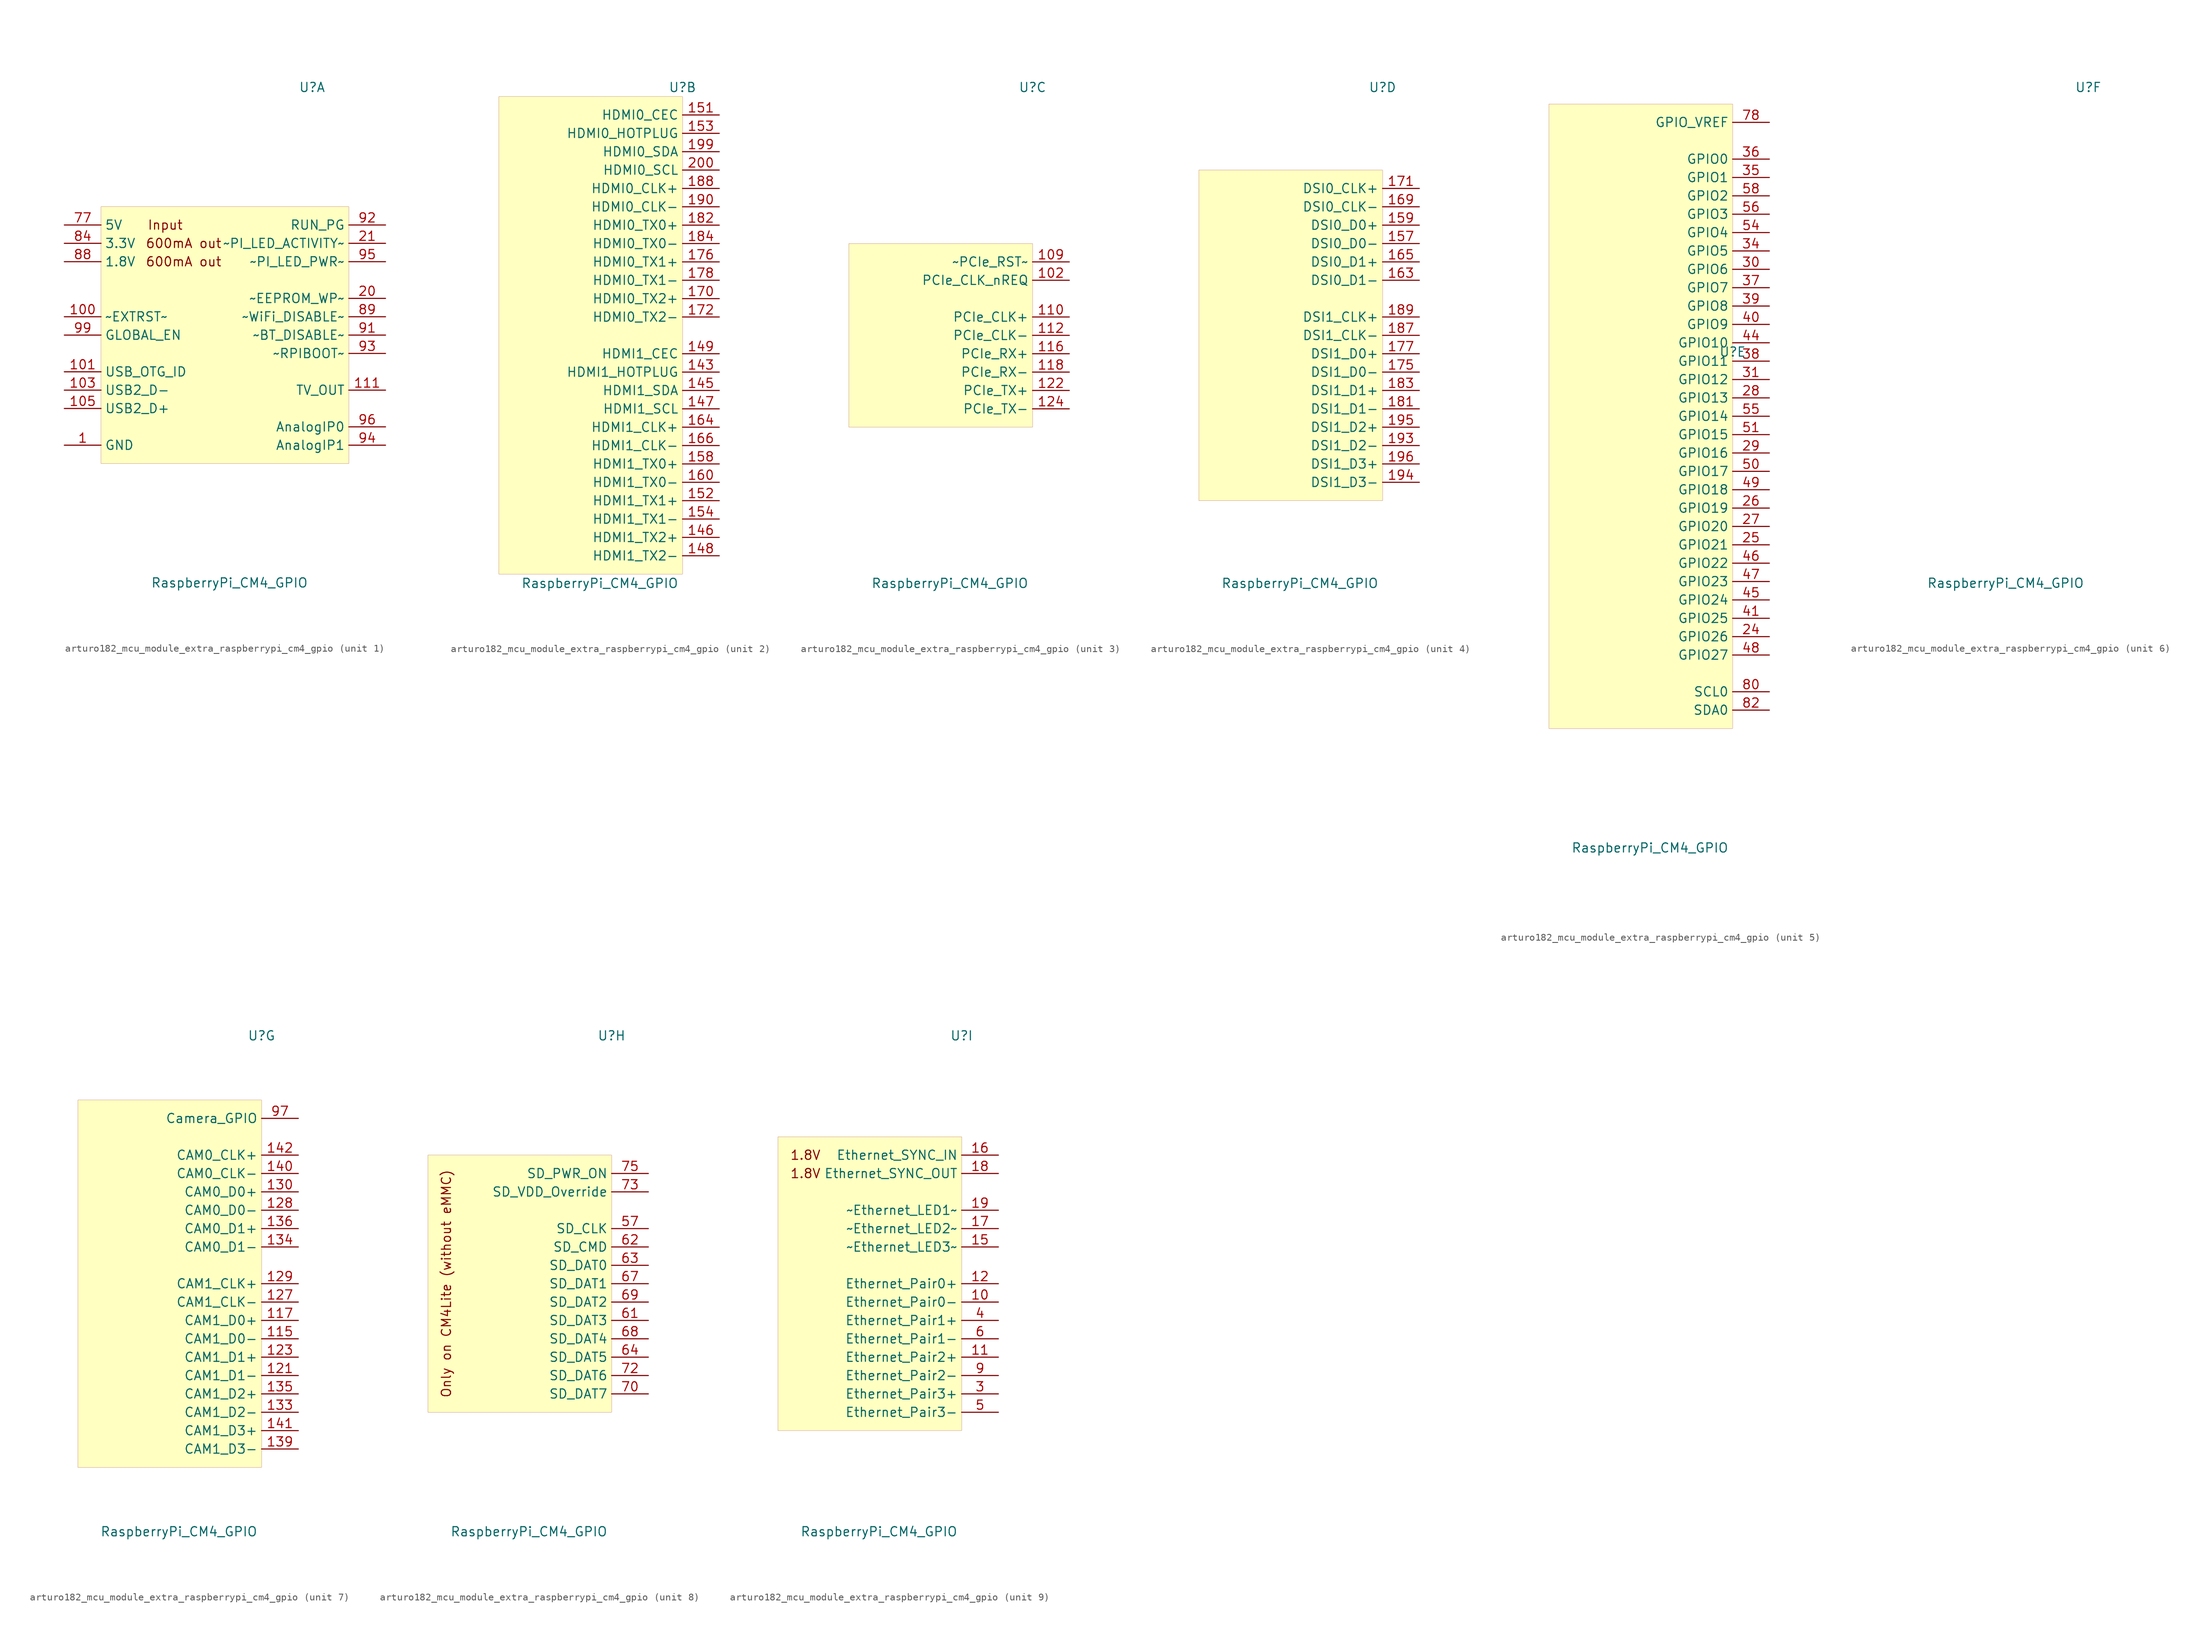
<source format=kicad_sym>
(kicad_symbol_lib
  (version 20220914)
  (generator kicad_symbol_editor)
  (symbol "MCU_Module_Extra:arturo182_mcu_module_extra_raspberrypi_cm4_gpio"
    (property "Reference" "U"
      (at 12.7 34.29 0)
      (effects (font (size 1.27 1.27))))
    (property "Value" "RaspberryPi_CM4_GPIO"
      (at 1.27 -34.29 0)
      (effects (font (size 1.27 1.27))))
    (property "ki_locked" ""
      (at 0 0 0)
      (effects (font (size 1.27 1.27))))
    (symbol "arturo182_mcu_module_extra_raspberrypi_cm4_gpio_1_0"
      (text "600mA out" (at -5.08 10.16 0) (effects (font (size 1.27 1.27))))
      (text "600mA out" (at -5.08 12.7 0) (effects (font (size 1.27 1.27))))
      (text "Input" (at -7.62 15.24 0) (effects (font (size 1.27 1.27))))
      (rectangle (start -16.51 17.78) (end 17.78 -17.78) (stroke (width 0.001)) (fill (type background))))
    (symbol "arturo182_mcu_module_extra_raspberrypi_cm4_gpio_1_1"
      (pin power_in line (at -21.59 -15.24 0) (length 5.08) (name "GND" (effects (font (size 1.27 1.27)))) (number "1" (effects (font (size 1.27 1.27)))))
      (pin output line (at -21.59 2.54 0) (length 5.08) (name "~EXTRST~" (effects (font (size 1.27 1.27)))) (number "100" (effects (font (size 1.27 1.27)))))
      (pin passive line (at -21.59 -15.24 0) (length 5.08) hide (name "GND" (effects (font (size 1.27 1.27)))) (number "13" (effects (font (size 1.27 1.27)))))
      (pin passive line (at -21.59 -15.24 0) (length 5.08) hide (name "GND" (effects (font (size 1.27 1.27)))) (number "14" (effects (font (size 1.27 1.27)))))
      (pin passive line (at -21.59 -15.24 0) (length 5.08) hide (name "GND" (effects (font (size 1.27 1.27)))) (number "2" (effects (font (size 1.27 1.27)))))
      (pin bidirectional line (at 22.86 5.08 180) (length 5.08) (name "~EEPROM_WP~" (effects (font (size 1.27 1.27)))) (number "20" (effects (font (size 1.27 1.27)))))
      (pin open_collector line (at 22.86 12.7 180) (length 5.08) (name "~PI_LED_ACTIVITY~" (effects (font (size 1.27 1.27)))) (number "21" (effects (font (size 1.27 1.27)))))
      (pin passive line (at -21.59 -15.24 0) (length 5.08) hide (name "GND" (effects (font (size 1.27 1.27)))) (number "22" (effects (font (size 1.27 1.27)))))
      (pin passive line (at -21.59 -15.24 0) (length 5.08) hide (name "GND" (effects (font (size 1.27 1.27)))) (number "23" (effects (font (size 1.27 1.27)))))
      (pin passive line (at -21.59 -15.24 0) (length 5.08) hide (name "GND" (effects (font (size 1.27 1.27)))) (number "32" (effects (font (size 1.27 1.27)))))
      (pin passive line (at -21.59 -15.24 0) (length 5.08) hide (name "GND" (effects (font (size 1.27 1.27)))) (number "33" (effects (font (size 1.27 1.27)))))
      (pin passive line (at -21.59 -15.24 0) (length 5.08) hide (name "GND" (effects (font (size 1.27 1.27)))) (number "42" (effects (font (size 1.27 1.27)))))
      (pin passive line (at -21.59 -15.24 0) (length 5.08) hide (name "GND" (effects (font (size 1.27 1.27)))) (number "43" (effects (font (size 1.27 1.27)))))
      (pin passive line (at -21.59 -15.24 0) (length 5.08) hide (name "GND" (effects (font (size 1.27 1.27)))) (number "52" (effects (font (size 1.27 1.27)))))
      (pin passive line (at -21.59 -15.24 0) (length 5.08) hide (name "GND" (effects (font (size 1.27 1.27)))) (number "53" (effects (font (size 1.27 1.27)))))
      (pin passive line (at -21.59 -15.24 0) (length 5.08) hide (name "GND" (effects (font (size 1.27 1.27)))) (number "59" (effects (font (size 1.27 1.27)))))
      (pin passive line (at -21.59 -15.24 0) (length 5.08) hide (name "GND" (effects (font (size 1.27 1.27)))) (number "60" (effects (font (size 1.27 1.27)))))
      (pin passive line (at -21.59 -15.24 0) (length 5.08) hide (name "GND" (effects (font (size 1.27 1.27)))) (number "65" (effects (font (size 1.27 1.27)))))
      (pin passive line (at -21.59 -15.24 0) (length 5.08) hide (name "GND" (effects (font (size 1.27 1.27)))) (number "66" (effects (font (size 1.27 1.27)))))
      (pin passive line (at -21.59 -15.24 0) (length 5.08) hide (name "GND" (effects (font (size 1.27 1.27)))) (number "7" (effects (font (size 1.27 1.27)))))
      (pin passive line (at -21.59 -15.24 0) (length 5.08) hide (name "GND" (effects (font (size 1.27 1.27)))) (number "71" (effects (font (size 1.27 1.27)))))
      (pin passive line (at -21.59 -15.24 0) (length 5.08) hide (name "GND" (effects (font (size 1.27 1.27)))) (number "74" (effects (font (size 1.27 1.27)))))
      (pin no_connect line (at -1.27 -10.16 0) (length 5.08) hide (name "Reserved" (effects (font (size 1.27 1.27)))) (number "76" (effects (font (size 1.27 1.27)))))
      (pin power_in line (at -21.59 15.24 0) (length 5.08) (name "5V" (effects (font (size 1.27 1.27)))) (number "77" (effects (font (size 1.27 1.27)))))
      (pin passive line (at -21.59 15.24 0) (length 5.08) hide (name "5V" (effects (font (size 1.27 1.27)))) (number "79" (effects (font (size 1.27 1.27)))))
      (pin passive line (at -21.59 -15.24 0) (length 5.08) hide (name "GND" (effects (font (size 1.27 1.27)))) (number "8" (effects (font (size 1.27 1.27)))))
      (pin passive line (at -21.59 15.24 0) (length 5.08) hide (name "5V" (effects (font (size 1.27 1.27)))) (number "81" (effects (font (size 1.27 1.27)))))
      (pin passive line (at -21.59 15.24 0) (length 5.08) hide (name "5V" (effects (font (size 1.27 1.27)))) (number "83" (effects (font (size 1.27 1.27)))))
      (pin power_out line (at -21.59 12.7 0) (length 5.08) (name "3.3V" (effects (font (size 1.27 1.27)))) (number "84" (effects (font (size 1.27 1.27)))))
      (pin passive line (at -21.59 15.24 0) (length 5.08) hide (name "5V" (effects (font (size 1.27 1.27)))) (number "85" (effects (font (size 1.27 1.27)))))
      (pin passive line (at -21.59 12.7 0) (length 5.08) hide (name "3.3V" (effects (font (size 1.27 1.27)))) (number "86" (effects (font (size 1.27 1.27)))))
      (pin passive line (at -21.59 15.24 0) (length 5.08) hide (name "5V" (effects (font (size 1.27 1.27)))) (number "87" (effects (font (size 1.27 1.27)))))
      (pin power_out line (at -21.59 10.16 0) (length 5.08) (name "1.8V" (effects (font (size 1.27 1.27)))) (number "88" (effects (font (size 1.27 1.27)))))
      (pin power_in line (at 22.86 2.54 180) (length 5.08) (name "~WiFi_DISABLE~" (effects (font (size 1.27 1.27)))) (number "89" (effects (font (size 1.27 1.27)))))
      (pin passive line (at -21.59 10.16 0) (length 5.08) hide (name "1.8V" (effects (font (size 1.27 1.27)))) (number "90" (effects (font (size 1.27 1.27)))))
      (pin input line (at 22.86 0 180) (length 5.08) (name "~BT_DISABLE~" (effects (font (size 1.27 1.27)))) (number "91" (effects (font (size 1.27 1.27)))))
      (pin bidirectional line (at 22.86 15.24 180) (length 5.08) (name "RUN_PG" (effects (font (size 1.27 1.27)))) (number "92" (effects (font (size 1.27 1.27)))))
      (pin input line (at 22.86 -2.54 180) (length 5.08) (name "~RPIBOOT~" (effects (font (size 1.27 1.27)))) (number "93" (effects (font (size 1.27 1.27)))))
      (pin output line (at 22.86 -15.24 180) (length 5.08) (name "AnalogIP1" (effects (font (size 1.27 1.27)))) (number "94" (effects (font (size 1.27 1.27)))))
      (pin output line (at 22.86 10.16 180) (length 5.08) (name "~PI_LED_PWR~" (effects (font (size 1.27 1.27)))) (number "95" (effects (font (size 1.27 1.27)))))
      (pin output line (at 22.86 -12.7 180) (length 5.08) (name "AnalogIP0" (effects (font (size 1.27 1.27)))) (number "96" (effects (font (size 1.27 1.27)))))
      (pin passive line (at -21.59 -15.24 0) (length 5.08) hide (name "GND" (effects (font (size 1.27 1.27)))) (number "98" (effects (font (size 1.27 1.27)))))
      (pin input line (at -21.59 0 0) (length 5.08) (name "GLOBAL_EN" (effects (font (size 1.27 1.27)))) (number "99" (effects (font (size 1.27 1.27)))))
      (pin input line (at -21.59 -5.08 0) (length 5.08) (name "USB_OTG_ID" (effects (font (size 1.27 1.27)))) (number "101" (effects (font (size 1.27 1.27)))))
      (pin passive line (at -21.59 -7.62 0) (length 5.08) (name "USB2_D-" (effects (font (size 1.27 1.27)))) (number "103" (effects (font (size 1.27 1.27)))))
      (pin no_connect line (at -1.27 -5.08 0) (length 5.08) hide (name "Reserved" (effects (font (size 1.27 1.27)))) (number "104" (effects (font (size 1.27 1.27)))))
      (pin passive line (at -21.59 -10.16 0) (length 5.08) (name "USB2_D+" (effects (font (size 1.27 1.27)))) (number "105" (effects (font (size 1.27 1.27)))))
      (pin no_connect line (at -1.27 -7.62 0) (length 5.08) hide (name "Reserved" (effects (font (size 1.27 1.27)))) (number "106" (effects (font (size 1.27 1.27)))))
      (pin passive line (at -21.59 -15.24 0) (length 5.08) hide (name "GND" (effects (font (size 1.27 1.27)))) (number "107" (effects (font (size 1.27 1.27)))))
      (pin passive line (at -21.59 -15.24 0) (length 5.08) hide (name "GND" (effects (font (size 1.27 1.27)))) (number "108" (effects (font (size 1.27 1.27)))))
      (pin passive line (at 22.86 -7.62 180) (length 5.08) (name "TV_OUT" (effects (font (size 1.27 1.27)))) (number "111" (effects (font (size 1.27 1.27)))))
      (pin passive line (at -21.59 -15.24 0) (length 5.08) hide (name "GND" (effects (font (size 1.27 1.27)))) (number "113" (effects (font (size 1.27 1.27)))))
      (pin passive line (at -21.59 -15.24 0) (length 5.08) hide (name "GND" (effects (font (size 1.27 1.27)))) (number "114" (effects (font (size 1.27 1.27)))))
      (pin passive line (at -21.59 -15.24 0) (length 5.08) hide (name "GND" (effects (font (size 1.27 1.27)))) (number "119" (effects (font (size 1.27 1.27)))))
      (pin passive line (at -21.59 -15.24 0) (length 5.08) hide (name "GND" (effects (font (size 1.27 1.27)))) (number "120" (effects (font (size 1.27 1.27)))))
      (pin passive line (at -21.59 -15.24 0) (length 5.08) hide (name "GND" (effects (font (size 1.27 1.27)))) (number "125" (effects (font (size 1.27 1.27)))))
      (pin passive line (at -21.59 -15.24 0) (length 5.08) hide (name "GND" (effects (font (size 1.27 1.27)))) (number "126" (effects (font (size 1.27 1.27)))))
      (pin passive line (at -21.59 -15.24 0) (length 5.08) hide (name "GND" (effects (font (size 1.27 1.27)))) (number "131" (effects (font (size 1.27 1.27)))))
      (pin passive line (at -21.59 -15.24 0) (length 5.08) hide (name "GND" (effects (font (size 1.27 1.27)))) (number "132" (effects (font (size 1.27 1.27)))))
      (pin passive line (at -21.59 -15.24 0) (length 5.08) hide (name "GND" (effects (font (size 1.27 1.27)))) (number "137" (effects (font (size 1.27 1.27)))))
      (pin passive line (at -21.59 -15.24 0) (length 5.08) hide (name "GND" (effects (font (size 1.27 1.27)))) (number "138" (effects (font (size 1.27 1.27)))))
      (pin passive line (at -21.59 -15.24 0) (length 5.08) hide (name "GND" (effects (font (size 1.27 1.27)))) (number "144" (effects (font (size 1.27 1.27)))))
      (pin passive line (at -21.59 -15.24 0) (length 5.08) hide (name "GND" (effects (font (size 1.27 1.27)))) (number "150" (effects (font (size 1.27 1.27)))))
      (pin passive line (at -21.59 -15.24 0) (length 5.08) hide (name "GND" (effects (font (size 1.27 1.27)))) (number "155" (effects (font (size 1.27 1.27)))))
      (pin passive line (at -21.59 -15.24 0) (length 5.08) hide (name "GND" (effects (font (size 1.27 1.27)))) (number "156" (effects (font (size 1.27 1.27)))))
      (pin passive line (at -21.59 -15.24 0) (length 5.08) hide (name "GND" (effects (font (size 1.27 1.27)))) (number "161" (effects (font (size 1.27 1.27)))))
      (pin passive line (at -21.59 -15.24 0) (length 5.08) hide (name "GND" (effects (font (size 1.27 1.27)))) (number "162" (effects (font (size 1.27 1.27)))))
      (pin passive line (at -21.59 -15.24 0) (length 5.08) hide (name "GND" (effects (font (size 1.27 1.27)))) (number "167" (effects (font (size 1.27 1.27)))))
      (pin passive line (at -21.59 -15.24 0) (length 5.08) hide (name "GND" (effects (font (size 1.27 1.27)))) (number "168" (effects (font (size 1.27 1.27)))))
      (pin passive line (at -21.59 -15.24 0) (length 5.08) hide (name "GND" (effects (font (size 1.27 1.27)))) (number "173" (effects (font (size 1.27 1.27)))))
      (pin passive line (at -21.59 -15.24 0) (length 5.08) hide (name "GND" (effects (font (size 1.27 1.27)))) (number "174" (effects (font (size 1.27 1.27)))))
      (pin passive line (at -21.59 -15.24 0) (length 5.08) hide (name "GND" (effects (font (size 1.27 1.27)))) (number "179" (effects (font (size 1.27 1.27)))))
      (pin passive line (at -21.59 -15.24 0) (length 5.08) hide (name "GND" (effects (font (size 1.27 1.27)))) (number "180" (effects (font (size 1.27 1.27)))))
      (pin passive line (at -21.59 -15.24 0) (length 5.08) hide (name "GND" (effects (font (size 1.27 1.27)))) (number "185" (effects (font (size 1.27 1.27)))))
      (pin passive line (at -21.59 -15.24 0) (length 5.08) hide (name "GND" (effects (font (size 1.27 1.27)))) (number "186" (effects (font (size 1.27 1.27)))))
      (pin passive line (at -21.59 -15.24 0) (length 5.08) hide (name "GND" (effects (font (size 1.27 1.27)))) (number "191" (effects (font (size 1.27 1.27)))))
      (pin passive line (at -21.59 -15.24 0) (length 5.08) hide (name "GND" (effects (font (size 1.27 1.27)))) (number "192" (effects (font (size 1.27 1.27)))))
      (pin passive line (at -21.59 -15.24 0) (length 5.08) hide (name "GND" (effects (font (size 1.27 1.27)))) (number "197" (effects (font (size 1.27 1.27)))))
      (pin passive line (at -21.59 -15.24 0) (length 5.08) hide (name "GND" (effects (font (size 1.27 1.27)))) (number "198" (effects (font (size 1.27 1.27))))))
    (symbol "arturo182_mcu_module_extra_raspberrypi_cm4_gpio_2_0"
      (rectangle (start -12.7 33.02) (end 12.7 -33.02) (stroke (width 0.001)) (fill (type background))))
    (symbol "arturo182_mcu_module_extra_raspberrypi_cm4_gpio_2_1"
      (pin input line (at 17.78 -5.08 180) (length 5.08) (name "HDMI1_HOTPLUG" (effects (font (size 1.27 1.27)))) (number "143" (effects (font (size 1.27 1.27)))))
      (pin bidirectional line (at 17.78 -7.62 180) (length 5.08) (name "HDMI1_SDA" (effects (font (size 1.27 1.27)))) (number "145" (effects (font (size 1.27 1.27)))))
      (pin output line (at 17.78 -27.94 180) (length 5.08) (name "HDMI1_TX2+" (effects (font (size 1.27 1.27)))) (number "146" (effects (font (size 1.27 1.27)))))
      (pin open_collector line (at 17.78 -10.16 180) (length 5.08) (name "HDMI1_SCL" (effects (font (size 1.27 1.27)))) (number "147" (effects (font (size 1.27 1.27)))))
      (pin output line (at 17.78 -30.48 180) (length 5.08) (name "HDMI1_TX2-" (effects (font (size 1.27 1.27)))) (number "148" (effects (font (size 1.27 1.27)))))
      (pin open_collector line (at 17.78 -2.54 180) (length 5.08) (name "HDMI1_CEC" (effects (font (size 1.27 1.27)))) (number "149" (effects (font (size 1.27 1.27)))))
      (pin open_collector line (at 17.78 30.48 180) (length 5.08) (name "HDMI0_CEC" (effects (font (size 1.27 1.27)))) (number "151" (effects (font (size 1.27 1.27)))))
      (pin output line (at 17.78 -22.86 180) (length 5.08) (name "HDMI1_TX1+" (effects (font (size 1.27 1.27)))) (number "152" (effects (font (size 1.27 1.27)))))
      (pin input line (at 17.78 27.94 180) (length 5.08) (name "HDMI0_HOTPLUG" (effects (font (size 1.27 1.27)))) (number "153" (effects (font (size 1.27 1.27)))))
      (pin output line (at 17.78 -25.4 180) (length 5.08) (name "HDMI1_TX1-" (effects (font (size 1.27 1.27)))) (number "154" (effects (font (size 1.27 1.27)))))
      (pin output line (at 17.78 -17.78 180) (length 5.08) (name "HDMI1_TX0+" (effects (font (size 1.27 1.27)))) (number "158" (effects (font (size 1.27 1.27)))))
      (pin output line (at 17.78 -20.32 180) (length 5.08) (name "HDMI1_TX0-" (effects (font (size 1.27 1.27)))) (number "160" (effects (font (size 1.27 1.27)))))
      (pin output line (at 17.78 -12.7 180) (length 5.08) (name "HDMI1_CLK+" (effects (font (size 1.27 1.27)))) (number "164" (effects (font (size 1.27 1.27)))))
      (pin output line (at 17.78 -15.24 180) (length 5.08) (name "HDMI1_CLK-" (effects (font (size 1.27 1.27)))) (number "166" (effects (font (size 1.27 1.27)))))
      (pin output line (at 17.78 5.08 180) (length 5.08) (name "HDMI0_TX2+" (effects (font (size 1.27 1.27)))) (number "170" (effects (font (size 1.27 1.27)))))
      (pin output line (at 17.78 2.54 180) (length 5.08) (name "HDMI0_TX2-" (effects (font (size 1.27 1.27)))) (number "172" (effects (font (size 1.27 1.27)))))
      (pin output line (at 17.78 10.16 180) (length 5.08) (name "HDMI0_TX1+" (effects (font (size 1.27 1.27)))) (number "176" (effects (font (size 1.27 1.27)))))
      (pin output line (at 17.78 7.62 180) (length 5.08) (name "HDMI0_TX1-" (effects (font (size 1.27 1.27)))) (number "178" (effects (font (size 1.27 1.27)))))
      (pin output line (at 17.78 15.24 180) (length 5.08) (name "HDMI0_TX0+" (effects (font (size 1.27 1.27)))) (number "182" (effects (font (size 1.27 1.27)))))
      (pin output line (at 17.78 12.7 180) (length 5.08) (name "HDMI0_TX0-" (effects (font (size 1.27 1.27)))) (number "184" (effects (font (size 1.27 1.27)))))
      (pin output line (at 17.78 20.32 180) (length 5.08) (name "HDMI0_CLK+" (effects (font (size 1.27 1.27)))) (number "188" (effects (font (size 1.27 1.27)))))
      (pin output line (at 17.78 17.78 180) (length 5.08) (name "HDMI0_CLK-" (effects (font (size 1.27 1.27)))) (number "190" (effects (font (size 1.27 1.27)))))
      (pin bidirectional line (at 17.78 25.4 180) (length 5.08) (name "HDMI0_SDA" (effects (font (size 1.27 1.27)))) (number "199" (effects (font (size 1.27 1.27)))))
      (pin open_collector line (at 17.78 22.86 180) (length 5.08) (name "HDMI0_SCL" (effects (font (size 1.27 1.27)))) (number "200" (effects (font (size 1.27 1.27))))))
    (symbol "arturo182_mcu_module_extra_raspberrypi_cm4_gpio_3_0"
      (rectangle (start -12.7 12.7) (end 12.7 -12.7) (stroke (width 0.001)) (fill (type background))))
    (symbol "arturo182_mcu_module_extra_raspberrypi_cm4_gpio_3_1"
      (pin input line (at 17.78 7.62 180) (length 5.08) (name "PCIe_CLK_nREQ" (effects (font (size 1.27 1.27)))) (number "102" (effects (font (size 1.27 1.27)))))
      (pin bidirectional line (at 17.78 10.16 180) (length 5.08) (name "~PCIe_RST~" (effects (font (size 1.27 1.27)))) (number "109" (effects (font (size 1.27 1.27)))))
      (pin output line (at 17.78 2.54 180) (length 5.08) (name "PCIe_CLK+" (effects (font (size 1.27 1.27)))) (number "110" (effects (font (size 1.27 1.27)))))
      (pin output line (at 17.78 0 180) (length 5.08) (name "PCIe_CLK-" (effects (font (size 1.27 1.27)))) (number "112" (effects (font (size 1.27 1.27)))))
      (pin input line (at 17.78 -2.54 180) (length 5.08) (name "PCIe_RX+" (effects (font (size 1.27 1.27)))) (number "116" (effects (font (size 1.27 1.27)))))
      (pin input line (at 17.78 -5.08 180) (length 5.08) (name "PCIe_RX-" (effects (font (size 1.27 1.27)))) (number "118" (effects (font (size 1.27 1.27)))))
      (pin output line (at 17.78 -7.62 180) (length 5.08) (name "PCIe_TX+" (effects (font (size 1.27 1.27)))) (number "122" (effects (font (size 1.27 1.27)))))
      (pin output line (at 17.78 -10.16 180) (length 5.08) (name "PCIe_TX-" (effects (font (size 1.27 1.27)))) (number "124" (effects (font (size 1.27 1.27))))))
    (symbol "arturo182_mcu_module_extra_raspberrypi_cm4_gpio_4_0"
      (rectangle (start -12.7 22.86) (end 12.7 -22.86) (stroke (width 0.001)) (fill (type background))))
    (symbol "arturo182_mcu_module_extra_raspberrypi_cm4_gpio_4_1"
      (pin bidirectional line (at 17.78 12.7 180) (length 5.08) (name "DSI0_D0-" (effects (font (size 1.27 1.27)))) (number "157" (effects (font (size 1.27 1.27)))))
      (pin bidirectional line (at 17.78 15.24 180) (length 5.08) (name "DSI0_D0+" (effects (font (size 1.27 1.27)))) (number "159" (effects (font (size 1.27 1.27)))))
      (pin bidirectional line (at 17.78 7.62 180) (length 5.08) (name "DSI0_D1-" (effects (font (size 1.27 1.27)))) (number "163" (effects (font (size 1.27 1.27)))))
      (pin bidirectional line (at 17.78 10.16 180) (length 5.08) (name "DSI0_D1+" (effects (font (size 1.27 1.27)))) (number "165" (effects (font (size 1.27 1.27)))))
      (pin open_collector line (at 17.78 17.78 180) (length 5.08) (name "DSI0_CLK-" (effects (font (size 1.27 1.27)))) (number "169" (effects (font (size 1.27 1.27)))))
      (pin open_collector line (at 17.78 20.32 180) (length 5.08) (name "DSI0_CLK+" (effects (font (size 1.27 1.27)))) (number "171" (effects (font (size 1.27 1.27)))))
      (pin bidirectional line (at 17.78 -5.08 180) (length 5.08) (name "DSI1_D0-" (effects (font (size 1.27 1.27)))) (number "175" (effects (font (size 1.27 1.27)))))
      (pin bidirectional line (at 17.78 -2.54 180) (length 5.08) (name "DSI1_D0+" (effects (font (size 1.27 1.27)))) (number "177" (effects (font (size 1.27 1.27)))))
      (pin bidirectional line (at 17.78 -10.16 180) (length 5.08) (name "DSI1_D1-" (effects (font (size 1.27 1.27)))) (number "181" (effects (font (size 1.27 1.27)))))
      (pin bidirectional line (at 17.78 -7.62 180) (length 5.08) (name "DSI1_D1+" (effects (font (size 1.27 1.27)))) (number "183" (effects (font (size 1.27 1.27)))))
      (pin bidirectional line (at 17.78 0 180) (length 5.08) (name "DSI1_CLK-" (effects (font (size 1.27 1.27)))) (number "187" (effects (font (size 1.27 1.27)))))
      (pin bidirectional line (at 17.78 2.54 180) (length 5.08) (name "DSI1_CLK+" (effects (font (size 1.27 1.27)))) (number "189" (effects (font (size 1.27 1.27)))))
      (pin bidirectional line (at 17.78 -15.24 180) (length 5.08) (name "DSI1_D2-" (effects (font (size 1.27 1.27)))) (number "193" (effects (font (size 1.27 1.27)))))
      (pin bidirectional line (at 17.78 -20.32 180) (length 5.08) (name "DSI1_D3-" (effects (font (size 1.27 1.27)))) (number "194" (effects (font (size 1.27 1.27)))))
      (pin bidirectional line (at 17.78 -12.7 180) (length 5.08) (name "DSI1_D2+" (effects (font (size 1.27 1.27)))) (number "195" (effects (font (size 1.27 1.27)))))
      (pin bidirectional line (at 17.78 -17.78 180) (length 5.08) (name "DSI1_D3+" (effects (font (size 1.27 1.27)))) (number "196" (effects (font (size 1.27 1.27))))))
    (symbol "arturo182_mcu_module_extra_raspberrypi_cm4_gpio_5_0"
      (rectangle (start -12.7 68.58) (end 12.7 -17.78) (stroke (width 0.001)) (fill (type background))))
    (symbol "arturo182_mcu_module_extra_raspberrypi_cm4_gpio_5_1"
      (pin bidirectional line (at 17.78 -5.08 180) (length 5.08) (name "GPIO26" (effects (font (size 1.27 1.27)))) (number "24" (effects (font (size 1.27 1.27)))))
      (pin bidirectional line (at 17.78 -2.54 180) (length 5.08) (name "GPIO25" (effects (font (size 1.27 1.27)))) (number "41" (effects (font (size 1.27 1.27)))))
      (pin bidirectional line (at 17.78 0 180) (length 5.08) (name "GPIO24" (effects (font (size 1.27 1.27)))) (number "45" (effects (font (size 1.27 1.27)))))
      (pin bidirectional line (at 17.78 5.08 180) (length 5.08) (name "GPIO22" (effects (font (size 1.27 1.27)))) (number "46" (effects (font (size 1.27 1.27)))))
      (pin bidirectional line (at 17.78 2.54 180) (length 5.08) (name "GPIO23" (effects (font (size 1.27 1.27)))) (number "47" (effects (font (size 1.27 1.27)))))
      (pin bidirectional line (at 17.78 -7.62 180) (length 5.08) (name "GPIO27" (effects (font (size 1.27 1.27)))) (number "48" (effects (font (size 1.27 1.27)))))
      (pin power_in line (at 17.78 66.04 180) (length 5.08) (name "GPIO_VREF" (effects (font (size 1.27 1.27)))) (number "78" (effects (font (size 1.27 1.27)))))
      (pin passive line (at 17.78 -12.7 180) (length 5.08) (name "SCL0" (effects (font (size 1.27 1.27)))) (number "80" (effects (font (size 1.27 1.27)))))
      (pin passive line (at 17.78 -15.24 180) (length 5.08) (name "SDA0" (effects (font (size 1.27 1.27)))) (number "82" (effects (font (size 1.27 1.27)))))
      (pin bidirectional line (at 17.78 7.62 180) (length 5.08) (name "GPIO21" (effects (font (size 1.27 1.27)))) (number "25" (effects (font (size 1.27 1.27)))))
      (pin bidirectional line (at 17.78 12.7 180) (length 5.08) (name "GPIO19" (effects (font (size 1.27 1.27)))) (number "26" (effects (font (size 1.27 1.27)))))
      (pin bidirectional line (at 17.78 10.16 180) (length 5.08) (name "GPIO20" (effects (font (size 1.27 1.27)))) (number "27" (effects (font (size 1.27 1.27)))))
      (pin bidirectional line (at 17.78 27.94 180) (length 5.08) (name "GPIO13" (effects (font (size 1.27 1.27)))) (number "28" (effects (font (size 1.27 1.27)))))
      (pin bidirectional line (at 17.78 20.32 180) (length 5.08) (name "GPIO16" (effects (font (size 1.27 1.27)))) (number "29" (effects (font (size 1.27 1.27)))))
      (pin bidirectional line (at 17.78 45.72 180) (length 5.08) (name "GPIO6" (effects (font (size 1.27 1.27)))) (number "30" (effects (font (size 1.27 1.27)))))
      (pin bidirectional line (at 17.78 30.48 180) (length 5.08) (name "GPIO12" (effects (font (size 1.27 1.27)))) (number "31" (effects (font (size 1.27 1.27)))))
      (pin bidirectional line (at 17.78 48.26 180) (length 5.08) (name "GPIO5" (effects (font (size 1.27 1.27)))) (number "34" (effects (font (size 1.27 1.27)))))
      (pin bidirectional line (at 17.78 58.42 180) (length 5.08) (name "GPIO1" (effects (font (size 1.27 1.27)))) (number "35" (effects (font (size 1.27 1.27)))))
      (pin bidirectional line (at 17.78 60.96 180) (length 5.08) (name "GPIO0" (effects (font (size 1.27 1.27)))) (number "36" (effects (font (size 1.27 1.27)))))
      (pin bidirectional line (at 17.78 43.18 180) (length 5.08) (name "GPIO7" (effects (font (size 1.27 1.27)))) (number "37" (effects (font (size 1.27 1.27)))))
      (pin bidirectional line (at 17.78 33.02 180) (length 5.08) (name "GPIO11" (effects (font (size 1.27 1.27)))) (number "38" (effects (font (size 1.27 1.27)))))
      (pin bidirectional line (at 17.78 40.64 180) (length 5.08) (name "GPIO8" (effects (font (size 1.27 1.27)))) (number "39" (effects (font (size 1.27 1.27)))))
      (pin bidirectional line (at 17.78 38.1 180) (length 5.08) (name "GPIO9" (effects (font (size 1.27 1.27)))) (number "40" (effects (font (size 1.27 1.27)))))
      (pin bidirectional line (at 17.78 35.56 180) (length 5.08) (name "GPIO10" (effects (font (size 1.27 1.27)))) (number "44" (effects (font (size 1.27 1.27)))))
      (pin bidirectional line (at 17.78 15.24 180) (length 5.08) (name "GPIO18" (effects (font (size 1.27 1.27)))) (number "49" (effects (font (size 1.27 1.27)))))
      (pin bidirectional line (at 17.78 17.78 180) (length 5.08) (name "GPIO17" (effects (font (size 1.27 1.27)))) (number "50" (effects (font (size 1.27 1.27)))))
      (pin bidirectional line (at 17.78 22.86 180) (length 5.08) (name "GPIO15" (effects (font (size 1.27 1.27)))) (number "51" (effects (font (size 1.27 1.27)))))
      (pin bidirectional line (at 17.78 50.8 180) (length 5.08) (name "GPIO4" (effects (font (size 1.27 1.27)))) (number "54" (effects (font (size 1.27 1.27)))))
      (pin bidirectional line (at 17.78 25.4 180) (length 5.08) (name "GPIO14" (effects (font (size 1.27 1.27)))) (number "55" (effects (font (size 1.27 1.27)))))
      (pin bidirectional line (at 17.78 53.34 180) (length 5.08) (name "GPIO3" (effects (font (size 1.27 1.27)))) (number "56" (effects (font (size 1.27 1.27)))))
      (pin bidirectional line (at 17.78 55.88 180) (length 5.08) (name "GPIO2" (effects (font (size 1.27 1.27)))) (number "58" (effects (font (size 1.27 1.27))))))
    (symbol "arturo182_mcu_module_extra_raspberrypi_cm4_gpio_7_0"
      (rectangle (start -12.7 25.4) (end 12.7 -25.4) (stroke (width 0.001)) (fill (type background))))
    (symbol "arturo182_mcu_module_extra_raspberrypi_cm4_gpio_7_1"
      (pin bidirectional line (at 17.78 22.86 180) (length 5.08) (name "Camera_GPIO" (effects (font (size 1.27 1.27)))) (number "97" (effects (font (size 1.27 1.27)))))
      (pin bidirectional line (at 17.78 -7.62 180) (length 5.08) (name "CAM1_D0-" (effects (font (size 1.27 1.27)))) (number "115" (effects (font (size 1.27 1.27)))))
      (pin bidirectional line (at 17.78 -5.08 180) (length 5.08) (name "CAM1_D0+" (effects (font (size 1.27 1.27)))) (number "117" (effects (font (size 1.27 1.27)))))
      (pin bidirectional line (at 17.78 -12.7 180) (length 5.08) (name "CAM1_D1-" (effects (font (size 1.27 1.27)))) (number "121" (effects (font (size 1.27 1.27)))))
      (pin bidirectional line (at 17.78 -10.16 180) (length 5.08) (name "CAM1_D1+" (effects (font (size 1.27 1.27)))) (number "123" (effects (font (size 1.27 1.27)))))
      (pin output line (at 17.78 -2.54 180) (length 5.08) (name "CAM1_CLK-" (effects (font (size 1.27 1.27)))) (number "127" (effects (font (size 1.27 1.27)))))
      (pin bidirectional line (at 17.78 10.16 180) (length 5.08) (name "CAM0_D0-" (effects (font (size 1.27 1.27)))) (number "128" (effects (font (size 1.27 1.27)))))
      (pin output line (at 17.78 0 180) (length 5.08) (name "CAM1_CLK+" (effects (font (size 1.27 1.27)))) (number "129" (effects (font (size 1.27 1.27)))))
      (pin bidirectional line (at 17.78 12.7 180) (length 5.08) (name "CAM0_D0+" (effects (font (size 1.27 1.27)))) (number "130" (effects (font (size 1.27 1.27)))))
      (pin bidirectional line (at 17.78 -17.78 180) (length 5.08) (name "CAM1_D2-" (effects (font (size 1.27 1.27)))) (number "133" (effects (font (size 1.27 1.27)))))
      (pin bidirectional line (at 17.78 5.08 180) (length 5.08) (name "CAM0_D1-" (effects (font (size 1.27 1.27)))) (number "134" (effects (font (size 1.27 1.27)))))
      (pin bidirectional line (at 17.78 -15.24 180) (length 5.08) (name "CAM1_D2+" (effects (font (size 1.27 1.27)))) (number "135" (effects (font (size 1.27 1.27)))))
      (pin bidirectional line (at 17.78 7.62 180) (length 5.08) (name "CAM0_D1+" (effects (font (size 1.27 1.27)))) (number "136" (effects (font (size 1.27 1.27)))))
      (pin bidirectional line (at 17.78 -22.86 180) (length 5.08) (name "CAM1_D3-" (effects (font (size 1.27 1.27)))) (number "139" (effects (font (size 1.27 1.27)))))
      (pin output line (at 17.78 15.24 180) (length 5.08) (name "CAM0_CLK-" (effects (font (size 1.27 1.27)))) (number "140" (effects (font (size 1.27 1.27)))))
      (pin bidirectional line (at 17.78 -20.32 180) (length 5.08) (name "CAM1_D3+" (effects (font (size 1.27 1.27)))) (number "141" (effects (font (size 1.27 1.27)))))
      (pin output line (at 17.78 17.78 180) (length 5.08) (name "CAM0_CLK+" (effects (font (size 1.27 1.27)))) (number "142" (effects (font (size 1.27 1.27))))))
    (symbol "arturo182_mcu_module_extra_raspberrypi_cm4_gpio_8_0"
      (text "Only on CM4Lite (without eMMC)" (at -10.16 0 900) (effects (font (size 1.27 1.27))))
      (rectangle (start -12.7 17.78) (end 12.7 -17.78) (stroke (width 0.001)) (fill (type background))))
    (symbol "arturo182_mcu_module_extra_raspberrypi_cm4_gpio_8_1"
      (pin passive line (at 17.78 7.62 180) (length 5.08) (name "SD_CLK" (effects (font (size 1.27 1.27)))) (number "57" (effects (font (size 1.27 1.27)))))
      (pin passive line (at 17.78 -5.08 180) (length 5.08) (name "SD_DAT3" (effects (font (size 1.27 1.27)))) (number "61" (effects (font (size 1.27 1.27)))))
      (pin passive line (at 17.78 5.08 180) (length 5.08) (name "SD_CMD" (effects (font (size 1.27 1.27)))) (number "62" (effects (font (size 1.27 1.27)))))
      (pin passive line (at 17.78 2.54 180) (length 5.08) (name "SD_DAT0" (effects (font (size 1.27 1.27)))) (number "63" (effects (font (size 1.27 1.27)))))
      (pin passive line (at 17.78 -10.16 180) (length 5.08) (name "SD_DAT5" (effects (font (size 1.27 1.27)))) (number "64" (effects (font (size 1.27 1.27)))))
      (pin passive line (at 17.78 0 180) (length 5.08) (name "SD_DAT1" (effects (font (size 1.27 1.27)))) (number "67" (effects (font (size 1.27 1.27)))))
      (pin passive line (at 17.78 -7.62 180) (length 5.08) (name "SD_DAT4" (effects (font (size 1.27 1.27)))) (number "68" (effects (font (size 1.27 1.27)))))
      (pin passive line (at 17.78 -2.54 180) (length 5.08) (name "SD_DAT2" (effects (font (size 1.27 1.27)))) (number "69" (effects (font (size 1.27 1.27)))))
      (pin passive line (at 17.78 -15.24 180) (length 5.08) (name "SD_DAT7" (effects (font (size 1.27 1.27)))) (number "70" (effects (font (size 1.27 1.27)))))
      (pin passive line (at 17.78 -12.7 180) (length 5.08) (name "SD_DAT6" (effects (font (size 1.27 1.27)))) (number "72" (effects (font (size 1.27 1.27)))))
      (pin input line (at 17.78 12.7 180) (length 5.08) (name "SD_VDD_Override" (effects (font (size 1.27 1.27)))) (number "73" (effects (font (size 1.27 1.27)))))
      (pin output line (at 17.78 15.24 180) (length 5.08) (name "SD_PWR_ON" (effects (font (size 1.27 1.27)))) (number "75" (effects (font (size 1.27 1.27))))))
    (symbol "arturo182_mcu_module_extra_raspberrypi_cm4_gpio_9_0"
      (text "1.8V" (at -8.89 15.24 0) (effects (font (size 1.27 1.27))))
      (text "1.8V" (at -8.89 17.78 0) (effects (font (size 1.27 1.27))))
      (rectangle (start 12.7 20.32) (end -12.7 -20.32) (stroke (width 0.001)) (fill (type background))))
    (symbol "arturo182_mcu_module_extra_raspberrypi_cm4_gpio_9_1"
      (pin bidirectional line (at 17.78 -2.54 180) (length 5.08) (name "Ethernet_Pair0-" (effects (font (size 1.27 1.27)))) (number "10" (effects (font (size 1.27 1.27)))))
      (pin bidirectional line (at 17.78 -10.16 180) (length 5.08) (name "Ethernet_Pair2+" (effects (font (size 1.27 1.27)))) (number "11" (effects (font (size 1.27 1.27)))))
      (pin bidirectional line (at 17.78 0 180) (length 5.08) (name "Ethernet_Pair0+" (effects (font (size 1.27 1.27)))) (number "12" (effects (font (size 1.27 1.27)))))
      (pin output line (at 17.78 5.08 180) (length 5.08) (name "~Ethernet_LED3~" (effects (font (size 1.27 1.27)))) (number "15" (effects (font (size 1.27 1.27)))))
      (pin input line (at 17.78 17.78 180) (length 5.08) (name "Ethernet_SYNC_IN" (effects (font (size 1.27 1.27)))) (number "16" (effects (font (size 1.27 1.27)))))
      (pin output line (at 17.78 7.62 180) (length 5.08) (name "~Ethernet_LED2~" (effects (font (size 1.27 1.27)))) (number "17" (effects (font (size 1.27 1.27)))))
      (pin input line (at 17.78 15.24 180) (length 5.08) (name "Ethernet_SYNC_OUT" (effects (font (size 1.27 1.27)))) (number "18" (effects (font (size 1.27 1.27)))))
      (pin output line (at 17.78 10.16 180) (length 5.08) (name "~Ethernet_LED1~" (effects (font (size 1.27 1.27)))) (number "19" (effects (font (size 1.27 1.27)))))
      (pin bidirectional line (at 17.78 -15.24 180) (length 5.08) (name "Ethernet_Pair3+" (effects (font (size 1.27 1.27)))) (number "3" (effects (font (size 1.27 1.27)))))
      (pin bidirectional line (at 17.78 -5.08 180) (length 5.08) (name "Ethernet_Pair1+" (effects (font (size 1.27 1.27)))) (number "4" (effects (font (size 1.27 1.27)))))
      (pin bidirectional line (at 17.78 -17.78 180) (length 5.08) (name "Ethernet_Pair3-" (effects (font (size 1.27 1.27)))) (number "5" (effects (font (size 1.27 1.27)))))
      (pin bidirectional line (at 17.78 -7.62 180) (length 5.08) (name "Ethernet_Pair1-" (effects (font (size 1.27 1.27)))) (number "6" (effects (font (size 1.27 1.27)))))
      (pin bidirectional line (at 17.78 -12.7 180) (length 5.08) (name "Ethernet_Pair2-" (effects (font (size 1.27 1.27)))) (number "9" (effects (font (size 1.27 1.27))))))))
</source>
